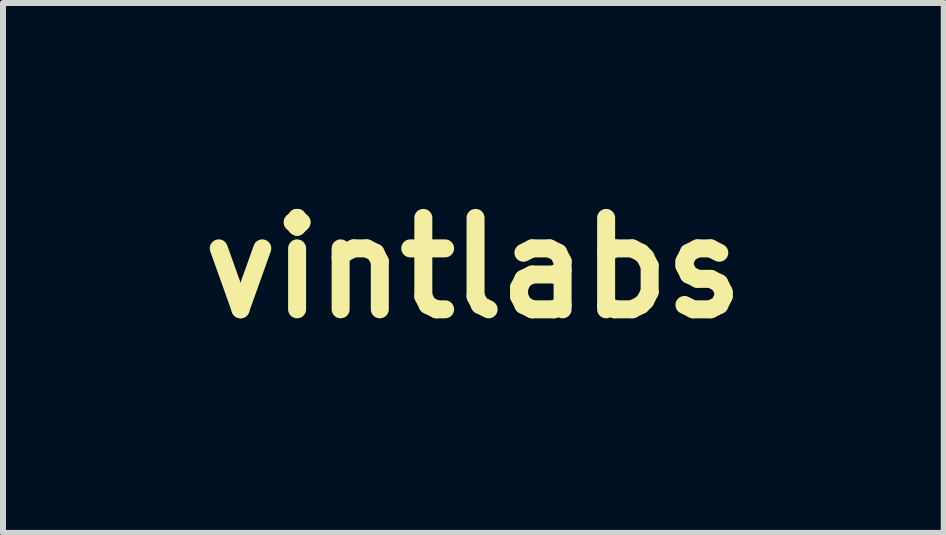
<source format=kicad_pcb>
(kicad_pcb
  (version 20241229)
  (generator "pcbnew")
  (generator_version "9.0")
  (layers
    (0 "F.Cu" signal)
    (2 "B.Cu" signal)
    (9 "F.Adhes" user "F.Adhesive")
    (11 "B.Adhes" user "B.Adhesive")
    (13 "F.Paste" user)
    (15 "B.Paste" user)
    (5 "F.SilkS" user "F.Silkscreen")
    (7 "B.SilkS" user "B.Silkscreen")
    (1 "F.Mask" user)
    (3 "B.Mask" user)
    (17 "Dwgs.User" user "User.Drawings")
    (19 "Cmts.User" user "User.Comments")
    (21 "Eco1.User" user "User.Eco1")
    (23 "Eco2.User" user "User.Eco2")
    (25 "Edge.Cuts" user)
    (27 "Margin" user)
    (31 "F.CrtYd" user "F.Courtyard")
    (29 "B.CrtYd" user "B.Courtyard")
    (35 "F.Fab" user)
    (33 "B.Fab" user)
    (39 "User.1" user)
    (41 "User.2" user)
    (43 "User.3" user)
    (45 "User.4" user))
  (footprint "vintlabs"
    (layer "F.Cu")
    (at 4.843 1.418)
    (property "Reference" "vintlabs" (at 0 0 0) (layer "F.SilkS") (effects (font (size 1.524 1.524) (thickness 0.3))))
    (attr through_hole)
    (fp_poly (pts (xy -4.209 -0.067) (xy -4.215 -0.06) (xy -4.221 -0.067) (xy -4.215 -0.073) (xy -4.209 -0.067)) (stroke (width 0.01) (type solid)) (fill no) (layer "Eco2.User"))
    (fp_poly (pts (xy -4.185 -0.054) (xy -4.191 -0.048) (xy -4.197 -0.054) (xy -4.191 -0.06) (xy -4.185 -0.054)) (stroke (width 0.01) (type solid)) (fill no) (layer "Eco2.User"))
    (fp_poly (pts (xy -2.105 -0.079) (xy -2.111 -0.073) (xy -2.117 -0.079) (xy -2.111 -0.085) (xy -2.105 -0.079)) (stroke (width 0.01) (type solid)) (fill no) (layer "Eco2.User"))
    (fp_poly (pts (xy -1.996 -0.03) (xy -2.002 -0.024) (xy -2.008 -0.03) (xy -2.002 -0.036) (xy -1.996 -0.03)) (stroke (width 0.01) (type solid)) (fill no) (layer "Eco2.User"))
    (fp_poly (pts (xy -1.947 0.006) (xy -1.953 0.012) (xy -1.959 0.006) (xy -1.953 0) (xy -1.947 0.006)) (stroke (width 0.01) (type solid)) (fill no) (layer "Eco2.User"))
    (fp_poly (pts (xy -0.75 0.103) (xy -0.756 0.109) (xy -0.762 0.103) (xy -0.756 0.097) (xy -0.75 0.103)) (stroke (width 0.01) (type solid)) (fill no) (layer "Eco2.User"))
    (fp_poly (pts (xy -0.073 0.369) (xy -0.079 0.375) (xy -0.085 0.369) (xy -0.079 0.363) (xy -0.073 0.369)) (stroke (width 0.01) (type solid)) (fill no) (layer "Eco2.User"))
    (fp_poly (pts (xy 3.616 0.115) (xy 3.61 0.121) (xy 3.604 0.115) (xy 3.61 0.109) (xy 3.616 0.115)) (stroke (width 0.01) (type solid)) (fill no) (layer "Eco2.User"))
    (fp_poly (pts (xy -4.346 0.185) (xy -4.348 0.193) (xy -4.354 0.194) (xy -4.364 0.189) (xy -4.362 0.185) (xy -4.348 0.184) (xy -4.346 0.185)) (stroke (width 0.01) (type solid)) (fill no) (layer "Eco2.User"))
    (fp_poly (pts (xy -2.895 0.597) (xy -2.896 0.604) (xy -2.903 0.605) (xy -2.913 0.6) (xy -2.911 0.597) (xy -2.897 0.595) (xy -2.895 0.597)) (stroke (width 0.01) (type solid)) (fill no) (layer "Eco2.User"))
    (fp_poly (pts (xy -0.898 0.319) (xy -0.902 0.325) (xy -0.914 0.326) (xy -0.927 0.323) (xy -0.922 0.318) (xy -0.903 0.317) (xy -0.898 0.319)) (stroke (width 0.01) (type solid)) (fill no) (layer "Eco2.User"))
    (fp_poly (pts (xy -0.488 0.191) (xy -0.486 0.215) (xy -0.488 0.221) (xy -0.492 0.222) (xy -0.494 0.206) (xy -0.492 0.188) (xy -0.488 0.191)) (stroke (width 0.01) (type solid)) (fill no) (layer "Eco2.User"))
    (fp_poly (pts (xy -0.306 -0.359) (xy -0.305 -0.344) (xy -0.306 -0.343) (xy -0.314 -0.344) (xy -0.314 -0.351) (xy -0.31 -0.361) (xy -0.306 -0.359)) (stroke (width 0.01) (type solid)) (fill no) (layer "Eco2.User"))
    (fp_poly (pts (xy 4.761 0.524) (xy 4.76 0.531) (xy 4.753 0.532) (xy 4.743 0.528) (xy 4.745 0.524) (xy 4.76 0.523) (xy 4.761 0.524)) (stroke (width 0.01) (type solid)) (fill no) (layer "Eco2.User"))
    (fp_poly (pts (xy -2.039 -0.053) (xy -2.022 -0.043) (xy -2.025 -0.037) (xy -2.031 -0.036) (xy -2.048 -0.045) (xy -2.05 -0.048) (xy -2.048 -0.055) (xy -2.039 -0.053)) (stroke (width 0.01) (type solid)) (fill no) (layer "Eco2.User"))
    (fp_poly (pts (xy -0.862 0.309) (xy -0.869 0.318) (xy -0.88 0.325) (xy -0.877 0.313) (xy -0.876 0.311) (xy -0.867 0.296) (xy -0.861 0.296) (xy -0.862 0.309)) (stroke (width 0.01) (type solid)) (fill no) (layer "Eco2.User"))
    (fp_poly (pts (xy -4.387 -0.613) (xy -4.387 -0.609) (xy -4.406 -0.607) (xy -4.409 -0.607) (xy -4.427 -0.609) (xy -4.426 -0.613) (xy -4.424 -0.613) (xy -4.397 -0.615) (xy -4.387 -0.613)) (stroke (width 0.01) (type solid)) (fill no) (layer "Eco2.User"))
    (fp_poly (pts (xy -4.276 -0.104) (xy -4.261 -0.097) (xy -4.24 -0.085) (xy -4.233 -0.078) (xy -4.237 -0.073) (xy -4.252 -0.082) (xy -4.264 -0.091) (xy -4.28 -0.104) (xy -4.276 -0.104)) (stroke (width 0.01) (type solid)) (fill no) (layer "Eco2.User"))
    (fp_poly (pts (xy -1.477 0.112) (xy -1.479 0.129) (xy -1.484 0.145) (xy -1.49 0.137) (xy -1.493 0.13) (xy -1.498 0.108) (xy -1.495 0.1) (xy -1.483 0.098) (xy -1.477 0.112)) (stroke (width 0.01) (type solid)) (fill no) (layer "Eco2.User"))
    (fp_poly (pts (xy -1.416 0.13) (xy -1.415 0.133) (xy -1.419 0.145) (xy -1.42 0.145) (xy -1.431 0.137) (xy -1.433 0.133) (xy -1.432 0.122) (xy -1.428 0.121) (xy -1.416 0.13)) (stroke (width 0.01) (type solid)) (fill no) (layer "Eco2.User"))
    (fp_poly (pts (xy 1.607 -0.027) (xy 1.609 -0.019) (xy 1.601 0.002) (xy 1.597 0.006) (xy 1.587 0.002) (xy 1.584 -0.011) (xy 1.589 -0.031) (xy 1.597 -0.036) (xy 1.607 -0.027)) (stroke (width 0.01) (type solid)) (fill no) (layer "Eco2.User"))
    (fp_poly (pts (xy -4.37 -0.65) (xy -4.355 -0.643) (xy -4.354 -0.641) (xy -4.364 -0.631) (xy -4.389 -0.631) (xy -4.421 -0.641) (xy -4.432 -0.648) (xy -4.424 -0.651) (xy -4.4 -0.652) (xy -4.37 -0.65)) (stroke (width 0.01) (type solid)) (fill no) (layer "Eco2.User"))
    (fp_poly (pts (xy 3.717 0.11) (xy 3.736 0.112) (xy 3.737 0.113) (xy 3.727 0.121) (xy 3.703 0.124) (xy 3.674 0.122) (xy 3.665 0.12) (xy 3.65 0.115) (xy 3.656 0.112) (xy 3.683 0.11) (xy 3.686 0.11) (xy 3.717 0.11)) (stroke (width 0.01) (type solid)) (fill no) (layer "Eco2.User"))
    (fp_poly (pts (xy -0.15 -0.36) (xy -0.127 -0.356) (xy -0.124 -0.349) (xy -0.138 -0.332) (xy -0.16 -0.324) (xy -0.18 -0.326) (xy -0.186 -0.333) (xy -0.201 -0.345) (xy -0.23 -0.354) (xy -0.232 -0.354) (xy -0.242 -0.357) (xy -0.231 -0.359) (xy -0.199 -0.361) (xy -0.196 -0.361) (xy -0.15 -0.36)) (stroke (width 0.01) (type solid)) (fill no) (layer "Eco2.User"))
    (fp_poly (pts (xy 2.915 0.106) (xy 2.928 0.111) (xy 2.952 0.124) (xy 2.963 0.135) (xy 2.963 0.136) (xy 2.96 0.143) (xy 2.96 0.143) (xy 2.948 0.141) (xy 2.919 0.137) (xy 2.897 0.134) (xy 2.862 0.13) (xy 2.848 0.125) (xy 2.852 0.118) (xy 2.864 0.111) (xy 2.889 0.102) (xy 2.915 0.106)) (stroke (width 0.01) (type solid)) (fill no) (layer "Eco2.User"))
    (fp_poly (pts (xy -0.686 0.096) (xy -0.657 0.108) (xy -0.623 0.126) (xy -0.591 0.148) (xy -0.573 0.163) (xy -0.549 0.186) (xy -0.537 0.202) (xy -0.538 0.205) (xy -0.553 0.197) (xy -0.578 0.177) (xy -0.591 0.164) (xy -0.63 0.133) (xy -0.666 0.119) (xy -0.669 0.119) (xy -0.696 0.112) (xy -0.71 0.101) (xy -0.706 0.093) (xy -0.686 0.096)) (stroke (width 0.01) (type solid)) (fill no) (layer "Eco2.User"))
    (fp_poly (pts (xy 4.838 0.931) (xy -4.838 0.931) (xy -4.838 0.578) (xy -4.594 0.578) (xy -4.591 0.595) (xy -4.583 0.605) (xy -4.564 0.61) (xy -4.529 0.613) (xy -4.501 0.614) (xy -4.444 0.614) (xy -4.406 0.609) (xy -4.395 0.603) (xy -4.376 0.595) (xy -4.368 0.601) (xy -4.355 0.604) (xy -4.321 0.607) (xy -4.27 0.609) (xy -4.205 0.61) (xy -4.131 0.611) (xy -4.052 0.611) (xy -3.969 0.61) (xy -3.889 0.609) (xy -3.813 0.608) (xy -3.746 0.606) (xy -3.692 0.603) (xy -3.653 0.6) (xy -3.644 0.599) (xy -3.609 0.595) (xy -3.593 0.6) (xy -3.592 0.602) (xy -3.58 0.606) (xy -3.545 0.609) (xy -3.488 0.612) (xy -3.409 0.614) (xy -3.309 0.615) (xy -3.222 0.615) (xy -3.13 0.616) (xy -3.046 0.616) (xy -2.973 0.617) (xy -2.914 0.618) (xy -2.872 0.619) (xy -2.85 0.62) (xy -2.847 0.62) (xy -2.834 0.622) (xy -2.803 0.622) (xy -2.758 0.621) (xy -2.731 0.621) (xy -2.692 0.62) (xy -2.633 0.618) (xy -2.557 0.617) (xy -2.468 0.615) (xy -2.369 0.614) (xy -2.265 0.612) (xy -2.177 0.61) (xy -2.044 0.608) (xy -1.933 0.607) (xy -1.842 0.606) (xy -1.768 0.605) (xy -1.709 0.604) (xy -1.663 0.604) (xy -1.628 0.605) (xy -1.601 0.606) (xy -1.581 0.607) (xy -1.564 0.609) (xy -1.549 0.611) (xy -1.545 0.612) (xy -1.512 0.614) (xy -1.5 0.607) (xy -1.5 0.606) (xy -1.49 0.594) (xy -1.482 0.593) (xy -1.466 0.586) (xy -1.464 0.58) (xy -1.456 0.573) (xy -1.451 0.575) (xy -1.444 0.589) (xy -1.446 0.594) (xy -1.446 0.604) (xy -1.443 0.605) (xy -1.429 0.605) (xy -1.394 0.606) (xy -1.34 0.607) (xy -1.27 0.607) (xy -1.187 0.608) (xy -1.094 0.609) (xy -1.004 0.611) (xy -0.797 0.613) (xy -0.613 0.614) (xy -0.451 0.615) (xy -0.311 0.615) (xy -0.19 0.615) (xy -0.089 0.614) (xy -0.005 0.612) (xy 0.061 0.609) (xy 0.102 0.607) (xy 0.164 0.603) (xy 0.227 0.601) (xy 0.279 0.6) (xy 0.296 0.6) (xy 0.342 0.601) (xy 0.402 0.602) (xy 0.465 0.602) (xy 0.484 0.602) (xy 0.536 0.602) (xy 0.58 0.602) (xy 0.609 0.603) (xy 0.617 0.603) (xy 0.763 0.606) (xy 0.904 0.608) (xy 1.041 0.611) (xy 1.169 0.612) (xy 1.287 0.613) (xy 1.394 0.614) (xy 1.486 0.614) (xy 1.563 0.614) (xy 1.623 0.613) (xy 1.662 0.612) (xy 1.68 0.61) (xy 1.681 0.61) (xy 1.693 0.606) (xy 1.724 0.603) (xy 1.772 0.6) (xy 1.832 0.599) (xy 1.869 0.599) (xy 1.944 0.598) (xy 1.998 0.597) (xy 2.033 0.594) (xy 2.051 0.589) (xy 2.056 0.584) (xy 2.064 0.57) (xy 2.068 0.568) (xy 2.08 0.577) (xy 2.08 0.579) (xy 2.092 0.583) (xy 2.123 0.587) (xy 2.17 0.589) (xy 2.229 0.59) (xy 2.259 0.591) (xy 2.331 0.591) (xy 2.404 0.593) (xy 2.47 0.596) (xy 2.52 0.6) (xy 2.528 0.6) (xy 2.582 0.605) (xy 2.634 0.608) (xy 2.673 0.608) (xy 2.736 0.606) (xy 2.811 0.605) (xy 2.894 0.604) (xy 2.983 0.603) (xy 3.074 0.602) (xy 3.163 0.602) (xy 3.248 0.602) (xy 3.326 0.602) (xy 3.392 0.602) (xy 3.445 0.603) (xy 3.48 0.604) (xy 3.495 0.606) (xy 3.496 0.606) (xy 3.507 0.609) (xy 3.536 0.612) (xy 3.577 0.615) (xy 3.623 0.617) (xy 3.669 0.619) (xy 3.709 0.619) (xy 3.731 0.618) (xy 3.756 0.616) (xy 3.802 0.615) (xy 3.864 0.613) (xy 3.94 0.611) (xy 4.026 0.61) (xy 4.117 0.608) (xy 4.211 0.606) (xy 4.304 0.605) (xy 4.391 0.604) (xy 4.471 0.603) (xy 4.484 0.603) (xy 4.566 0.602) (xy 4.638 0.601) (xy 4.699 0.598) (xy 4.745 0.596) (xy 4.772 0.593) (xy 4.778 0.591) (xy 4.787 0.582) (xy 4.796 0.581) (xy 4.812 0.574) (xy 4.81 0.56) (xy 4.799 0.552) (xy 4.79 0.544) (xy 4.8 0.535) (xy 4.81 0.523) (xy 4.801 0.514) (xy 4.773 0.507) (xy 4.725 0.502) (xy 4.654 0.499) (xy 4.622 0.498) (xy 4.552 0.497) (xy 4.504 0.497) (xy 4.476 0.5) (xy 4.468 0.505) (xy 4.468 0.507) (xy 4.466 0.517) (xy 4.451 0.52) (xy 4.434 0.525) (xy 4.434 0.533) (xy 4.43 0.537) (xy 4.411 0.53) (xy 4.404 0.527) (xy 4.393 0.522) (xy 4.38 0.518) (xy 4.363 0.515) (xy 4.339 0.512) (xy 4.307 0.51) (xy 4.264 0.508) (xy 4.208 0.507) (xy 4.137 0.507) (xy 4.05 0.507) (xy 3.944 0.507) (xy 3.816 0.507) (xy 3.738 0.507) (xy 3.658 0.507) (xy 3.59 0.505) (xy 3.537 0.503) (xy 3.503 0.5) (xy 3.491 0.496) (xy 3.472 0.492) (xy 3.466 0.495) (xy 3.443 0.504) (xy 3.405 0.508) (xy 3.361 0.508) (xy 3.32 0.503) (xy 3.298 0.497) (xy 3.269 0.49) (xy 3.249 0.493) (xy 3.232 0.496) (xy 3.197 0.499) (xy 3.147 0.501) (xy 3.089 0.501) (xy 3.087 0.501) (xy 3.031 0.502) (xy 2.984 0.503) (xy 2.952 0.506) (xy 2.939 0.51) (xy 2.939 0.51) (xy 2.929 0.519) (xy 2.921 0.52) (xy 2.905 0.527) (xy 2.903 0.533) (xy 2.894 0.537) (xy 2.87 0.528) (xy 2.87 0.528) (xy 2.833 0.516) (xy 2.783 0.507) (xy 2.73 0.502) (xy 2.683 0.503) (xy 2.654 0.508) (xy 2.607 0.514) (xy 2.577 0.508) (xy 2.547 0.503) (xy 2.496 0.498) (xy 2.427 0.494) (xy 2.344 0.49) (xy 2.249 0.487) (xy 2.146 0.485) (xy 2.141 0.485) (xy 2.116 0.488) (xy 2.107 0.496) (xy 2.093 0.507) (xy 2.086 0.508) (xy 2.068 0.518) (xy 2.065 0.523) (xy 2.056 0.53) (xy 2.036 0.517) (xy 2.034 0.515) (xy 2.015 0.502) (xy 1.991 0.497) (xy 1.953 0.499) (xy 1.939 0.501) (xy 1.879 0.503) (xy 1.819 0.497) (xy 1.808 0.495) (xy 1.766 0.487) (xy 1.735 0.489) (xy 1.705 0.499) (xy 1.704 0.499) (xy 1.654 0.52) (xy 1.622 0.528) (xy 1.605 0.523) (xy 1.603 0.521) (xy 1.586 0.512) (xy 1.559 0.508) (xy 1.532 0.51) (xy 1.521 0.515) (xy 1.505 0.519) (xy 1.468 0.523) (xy 1.416 0.526) (xy 1.353 0.527) (xy 1.282 0.527) (xy 1.21 0.526) (xy 1.138 0.524) (xy 1.073 0.521) (xy 1.022 0.516) (xy 0.951 0.51) (xy 0.877 0.506) (xy 0.809 0.504) (xy 0.762 0.504) (xy 0.697 0.505) (xy 0.65 0.5) (xy 0.631 0.493) (xy 0.609 0.486) (xy 0.586 0.49) (xy 0.558 0.504) (xy 0.526 0.519) (xy 0.5 0.522) (xy 0.465 0.515) (xy 0.433 0.509) (xy 0.385 0.505) (xy 0.328 0.503) (xy 0.269 0.503) (xy 0.214 0.504) (xy 0.17 0.508) (xy 0.142 0.514) (xy 0.142 0.514) (xy 0.116 0.516) (xy 0.084 0.508) (xy 0.083 0.507) (xy 0.056 0.498) (xy 0.041 0.502) (xy 0.036 0.508) (xy 0.023 0.516) (xy -0.004 0.519) (xy -0.047 0.515) (xy -0.092 0.512) (xy -0.121 0.514) (xy -0.144 0.524) (xy -0.156 0.531) (xy -0.181 0.547) (xy -0.198 0.547) (xy -0.213 0.538) (xy -0.244 0.524) (xy -0.264 0.52) (xy -0.297 0.515) (xy -0.315 0.508) (xy -0.342 0.502) (xy -0.373 0.513) (xy -0.401 0.523) (xy -0.438 0.525) (xy -0.485 0.521) (xy -0.531 0.517) (xy -0.592 0.516) (xy -0.658 0.516) (xy -0.692 0.517) (xy -0.759 0.518) (xy -0.802 0.516) (xy -0.821 0.511) (xy -0.822 0.509) (xy -0.834 0.502) (xy -0.868 0.501) (xy -0.898 0.503) (xy -0.944 0.507) (xy -0.983 0.509) (xy -1.004 0.509) (xy -1.026 0.508) (xy -1.067 0.507) (xy -1.123 0.506) (xy -1.189 0.505) (xy -1.24 0.505) (xy -1.316 0.504) (xy -1.372 0.504) (xy -1.412 0.506) (xy -1.438 0.509) (xy -1.455 0.514) (xy -1.467 0.521) (xy -1.469 0.523) (xy -1.495 0.542) (xy -1.512 0.539) (xy -1.52 0.52) (xy -1.53 0.504) (xy -1.551 0.496) (xy -1.583 0.494) (xy -1.622 0.493) (xy -1.655 0.494) (xy -1.663 0.495) (xy -1.699 0.498) (xy -1.757 0.502) (xy -1.835 0.506) (xy -1.933 0.511) (xy -2.048 0.515) (xy -2.178 0.52) (xy -2.319 0.525) (xy -2.413 0.527) (xy -2.484 0.527) (xy -2.535 0.525) (xy -2.569 0.522) (xy -2.583 0.517) (xy -2.608 0.509) (xy -2.622 0.516) (xy -2.624 0.519) (xy -2.641 0.529) (xy -2.65 0.526) (xy -2.67 0.52) (xy -2.704 0.516) (xy -2.745 0.514) (xy -2.786 0.515) (xy -2.822 0.518) (xy -2.845 0.522) (xy -2.85 0.527) (xy -2.855 0.537) (xy -2.88 0.539) (xy -2.917 0.533) (xy -2.939 0.528) (xy -2.963 0.524) (xy -3.005 0.521) (xy -3.059 0.518) (xy -3.108 0.516) (xy -3.174 0.515) (xy -3.221 0.516) (xy -3.252 0.52) (xy -3.272 0.528) (xy -3.275 0.53) (xy -3.304 0.541) (xy -3.331 0.535) (xy -3.355 0.529) (xy -3.393 0.523) (xy -3.442 0.518) (xy -3.497 0.515) (xy -3.552 0.512) (xy -3.603 0.511) (xy -3.646 0.511) (xy -3.674 0.514) (xy -3.684 0.518) (xy -3.684 0.519) (xy -3.686 0.53) (xy -3.701 0.532) (xy -3.718 0.537) (xy -3.719 0.544) (xy -3.72 0.555) (xy -3.724 0.556) (xy -3.741 0.548) (xy -3.743 0.544) (xy -3.759 0.536) (xy -3.789 0.532) (xy -3.795 0.532) (xy -3.837 0.528) (xy -3.877 0.518) (xy -3.907 0.511) (xy -3.93 0.516) (xy -3.952 0.53) (xy -3.981 0.549) (xy -4.004 0.555) (xy -4.031 0.548) (xy -4.064 0.532) (xy -4.103 0.517) (xy -4.15 0.51) (xy -4.2 0.509) (xy -4.245 0.51) (xy -4.267 0.514) (xy -4.266 0.519) (xy -4.264 0.52) (xy -4.251 0.527) (xy -4.258 0.53) (xy -4.278 0.531) (xy -4.312 0.539) (xy -4.33 0.553) (xy -4.339 0.565) (xy -4.341 0.557) (xy -4.339 0.544) (xy -4.334 0.512) (xy -4.438 0.513) (xy -4.506 0.516) (xy -4.554 0.524) (xy -4.582 0.539) (xy -4.594 0.561) (xy -4.594 0.578) (xy -4.838 0.578) (xy -4.838 -0.43) (xy -4.509 -0.43) (xy -4.506 -0.418) (xy -4.489 -0.397) (xy -4.479 -0.387) (xy -4.441 -0.351) (xy -4.444 -0.221) (xy -4.444 -0.15) (xy -4.44 -0.096) (xy -4.433 -0.063) (xy -4.432 -0.06) (xy -4.424 -0.035) (xy -4.429 -0.009) (xy -4.438 0.011) (xy -4.451 0.043) (xy -4.451 0.071) (xy -4.444 0.095) (xy -4.43 0.125) (xy -4.413 0.142) (xy -4.409 0.143) (xy -4.399 0.149) (xy -4.406 0.161) (xy -4.422 0.175) (xy -4.443 0.198) (xy -4.453 0.225) (xy -4.456 0.264) (xy -4.464 0.318) (xy -4.479 0.349) (xy -4.495 0.375) (xy -4.497 0.395) (xy -4.493 0.405) (xy -4.481 0.412) (xy -4.458 0.415) (xy -4.42 0.417) (xy -4.37 0.417) (xy -4.318 0.418) (xy -4.274 0.421) (xy -4.246 0.424) (xy -4.238 0.427) (xy -4.217 0.432) (xy -4.182 0.428) (xy -4.138 0.416) (xy -4.091 0.397) (xy -4.061 0.381) (xy -4.042 0.368) (xy -4.04 0.364) (xy -4.049 0.353) (xy -4.073 0.337) (xy -4.082 0.332) (xy -4.124 0.309) (xy -4.124 0.141) (xy -4.125 0.074) (xy -4.126 0.028) (xy -4.128 -0.002) (xy -4.132 -0.02) (xy -4.139 -0.028) (xy -4.148 -0.033) (xy -4.149 -0.033) (xy -4.165 -0.044) (xy -4.17 -0.06) (xy -4.164 -0.071) (xy -4.156 -0.072) (xy -4.141 -0.079) (xy -4.136 -0.086) (xy -4.129 -0.095) (xy -4.124 -0.096) (xy -4.116 -0.085) (xy -4.102 -0.057) (xy -4.09 -0.031) (xy -4.056 0.049) (xy -4.034 0.115) (xy -4.026 0.165) (xy -4.026 0.175) (xy -4.023 0.227) (xy -4.008 0.288) (xy -3.986 0.347) (xy -3.969 0.378) (xy -3.94 0.423) (xy -3.907 0.399) (xy -3.903 0.395) (xy -3.842 0.395) (xy -3.828 0.407) (xy -3.819 0.411) (xy -3.791 0.416) (xy -3.746 0.418) (xy -3.694 0.417) (xy -3.643 0.414) (xy -3.599 0.408) (xy -3.571 0.401) (xy -3.57 0.4) (xy -3.549 0.385) (xy -3.547 0.367) (xy -3.564 0.344) (xy -3.589 0.321) (xy -3.633 0.282) (xy -3.635 0.078) (xy -3.636 0.01) (xy -3.637 -0.049) (xy -3.637 -0.074) (xy -3.508 -0.074) (xy -3.501 -0.038) (xy -3.486 -0.011) (xy -3.465 -0.000005) (xy -3.465 0) (xy -3.444 0.009) (xy -3.426 0.024) (xy -3.408 0.039) (xy -3.381 0.046) (xy -3.338 0.048) (xy -3.333 0.048) (xy -3.261 0.048) (xy -3.287 0.073) (xy -3.312 0.09) (xy -3.331 0.097) (xy -3.354 0.092) (xy -3.384 0.08) (xy -3.413 0.065) (xy -3.432 0.051) (xy -3.435 0.046) (xy -3.44 0.035) (xy -3.45 0.039) (xy -3.459 0.055) (xy -3.46 0.064) (xy -3.463 0.079) (xy -3.467 0.076) (xy -3.48 0.061) (xy -3.493 0.067) (xy -3.496 0.081) (xy -3.49 0.11) (xy -3.475 0.152) (xy -3.455 0.2) (xy -3.433 0.245) (xy -3.412 0.28) (xy -3.403 0.292) (xy -3.363 0.325) (xy -3.309 0.358) (xy -3.248 0.387) (xy -3.194 0.406) (xy -3.151 0.417) (xy -3.125 0.421) (xy -3.112 0.419) (xy -3.106 0.409) (xy -3.105 0.408) (xy -3.097 0.4) (xy -3.08 0.41) (xy -3.08 0.41) (xy -3.062 0.42) (xy -3.039 0.42) (xy -3.008 0.412) (xy -2.933 0.384) (xy -2.866 0.348) (xy -2.81 0.307) (xy -2.768 0.264) (xy -2.743 0.221) (xy -2.737 0.183) (xy -2.6 0.183) (xy -2.598 0.212) (xy -2.597 0.217) (xy -2.578 0.271) (xy -2.538 0.32) (xy -2.48 0.361) (xy -2.453 0.374) (xy -2.418 0.392) (xy -2.39 0.41) (xy -2.383 0.417) (xy -2.365 0.433) (xy -2.344 0.432) (xy -2.317 0.417) (xy -2.292 0.406) (xy -2.281 0.41) (xy -2.263 0.416) (xy -2.242 0.411) (xy -2.207 0.402) (xy -2.174 0.399) (xy -2.145 0.393) (xy -2.105 0.375) (xy -2.061 0.351) (xy -2.018 0.324) (xy -1.982 0.297) (xy -1.96 0.275) (xy -1.959 0.272) (xy -1.834 0.272) (xy -1.834 0.295) (xy -1.829 0.307) (xy -1.811 0.338) (xy -1.785 0.371) (xy -1.756 0.4) (xy -1.732 0.419) (xy -1.721 0.423) (xy -1.701 0.418) (xy -1.668 0.404) (xy -1.631 0.385) (xy -1.58 0.354) (xy -1.55 0.327) (xy -1.54 0.304) (xy -1.552 0.288) (xy -1.565 0.271) (xy -1.565 0.261) (xy -1.567 0.241) (xy -1.573 0.236) (xy -1.595 0.234) (xy -1.622 0.247) (xy -1.645 0.269) (xy -1.653 0.286) (xy -1.663 0.31) (xy -1.676 0.311) (xy -1.687 0.293) (xy -1.685 0.27) (xy -1.674 0.26) (xy -1.65 0.244) (xy -1.622 0.222) (xy -1.602 0.203) (xy -1.6 0.188) (xy -1.607 0.177) (xy -1.636 0.16) (xy -1.676 0.158) (xy -1.721 0.171) (xy -1.767 0.196) (xy -1.807 0.231) (xy -1.818 0.245) (xy -1.834 0.272) (xy -1.959 0.272) (xy -1.956 0.267) (xy -1.955 0.252) (xy -1.967 0.244) (xy -1.996 0.24) (xy -2.006 0.239) (xy -2.039 0.237) (xy -2.051 0.233) (xy -2.045 0.226) (xy -2.034 0.22) (xy -2.006 0.21) (xy -1.993 0.216) (xy -1.972 0.222) (xy -1.945 0.212) (xy -1.92 0.187) (xy -1.901 0.154) (xy -1.898 0.145) (xy -1.89 0.112) (xy -1.891 0.101) (xy -1.516 0.101) (xy -1.506 0.178) (xy -1.477 0.254) (xy -1.463 0.278) (xy -1.417 0.341) (xy -1.371 0.383) (xy -1.322 0.406) (xy -1.305 0.41) (xy -1.245 0.42) (xy -1.205 0.421) (xy -1.185 0.413) (xy -1.182 0.408) (xy -1.173 0.399) (xy -1.155 0.406) (xy -1.151 0.408) (xy -1.11 0.423) (xy -1.071 0.414) (xy -1.067 0.413) (xy -1.024 0.391) (xy -0.996 0.38) (xy -0.977 0.379) (xy -0.96 0.386) (xy -0.943 0.397) (xy -0.92 0.412) (xy -0.908 0.415) (xy -0.907 0.413) (xy -0.897 0.401) (xy -0.884 0.396) (xy -0.867 0.38) (xy -0.854 0.346) (xy -0.845 0.299) (xy -0.84 0.245) (xy -0.839 0.19) (xy -0.843 0.139) (xy -0.852 0.097) (xy -0.866 0.072) (xy -0.867 0.071) (xy -0.891 0.065) (xy -0.919 0.076) (xy -0.945 0.1) (xy -0.96 0.129) (xy -1 0.221) (xy -1.057 0.295) (xy -1.08 0.316) (xy -1.112 0.343) (xy -1.133 0.355) (xy -1.146 0.355) (xy -1.159 0.346) (xy -1.16 0.346) (xy -1.186 0.328) (xy -1.219 0.313) (xy -1.243 0.303) (xy -1.254 0.289) (xy -1.258 0.262) (xy -1.258 0.244) (xy -1.252 0.187) (xy -1.235 0.148) (xy -1.202 0.123) (xy -1.177 0.113) (xy -1.144 0.101) (xy -1.098 0.08) (xy -1.046 0.054) (xy -1.021 0.04) (xy -0.973 0.013) (xy -0.941 -0.008) (xy -0.919 -0.028) (xy -0.902 -0.053) (xy -0.884 -0.088) (xy -0.875 -0.107) (xy -0.853 -0.16) (xy -0.844 -0.195) (xy -0.846 -0.216) (xy -0.847 -0.222) (xy -0.785 -0.222) (xy -0.778 -0.201) (xy -0.761 -0.178) (xy -0.733 -0.151) (xy -0.699 -0.121) (xy -0.667 -0.099) (xy -0.647 -0.09) (xy -0.634 -0.085) (xy -0.63 -0.078) (xy -0.637 -0.065) (xy -0.659 -0.043) (xy -0.696 -0.008) (xy -0.696 -0.008) (xy -0.734 0.028) (xy -0.757 0.054) (xy -0.771 0.076) (xy -0.777 0.102) (xy -0.781 0.138) (xy -0.782 0.145) (xy -0.781 0.228) (xy -0.763 0.296) (xy -0.728 0.347) (xy -0.695 0.372) (xy -0.671 0.385) (xy -0.647 0.393) (xy -0.619 0.395) (xy -0.578 0.395) (xy -0.532 0.392) (xy -0.466 0.385) (xy -0.417 0.376) (xy -0.388 0.365) (xy -0.369 0.35) (xy -0.369 0.341) (xy -0.38 0.333) (xy -0.414 0.31) (xy -0.434 0.289) (xy -0.445 0.26) (xy -0.448 0.248) (xy -0.454 0.209) (xy -0.458 0.159) (xy -0.459 0.118) (xy -0.459 0.075) (xy -0.457 0.065) (xy -0.359 0.065) (xy -0.356 0.116) (xy -0.351 0.146) (xy -0.343 0.191) (xy -0.342 0.236) (xy -0.344 0.251) (xy -0.352 0.314) (xy -0.347 0.359) (xy -0.329 0.388) (xy -0.294 0.402) (xy -0.241 0.403) (xy -0.173 0.393) (xy -0.133 0.39) (xy -0.102 0.398) (xy -0.082 0.41) (xy -0.048 0.428) (xy -0.023 0.435) (xy -0.012 0.43) (xy -0.012 0.428) (xy -0.02 0.416) (xy -0.039 0.397) (xy -0.067 0.373) (xy -0.037 0.392) (xy -0.006 0.408) (xy 0.016 0.41) (xy 0.024 0.401) (xy 0.015 0.389) (xy 0.014 0.389) (xy 0.101 0.389) (xy 0.123 0.403) (xy 0.148 0.406) (xy 0.18 0.408) (xy 0.199 0.413) (xy 0.201 0.414) (xy 0.217 0.418) (xy 0.252 0.42) (xy 0.298 0.42) (xy 0.351 0.417) (xy 0.405 0.414) (xy 0.452 0.409) (xy 0.488 0.403) (xy 0.506 0.398) (xy 0.528 0.376) (xy 0.53 0.355) (xy 0.519 0.344) (xy 0.514 0.329) (xy 0.512 0.298) (xy 0.512 0.258) (xy 0.515 0.216) (xy 0.519 0.184) (xy 0.531 0.183) (xy 0.558 0.182) (xy 0.575 0.181) (xy 0.623 0.175) (xy 0.662 0.16) (xy 0.685 0.137) (xy 0.689 0.12) (xy 0.684 0.098) (xy 0.674 0.091) (xy 0.666 0.101) (xy 0.664 0.111) (xy 0.662 0.127) (xy 0.657 0.124) (xy 0.642 0.114) (xy 0.614 0.109) (xy 0.611 0.109) (xy 0.581 0.106) (xy 0.563 0.098) (xy 0.562 0.097) (xy 0.562 0.081) (xy 0.565 0.046) (xy 0.572 -0.003) (xy 0.582 -0.062) (xy 0.586 -0.086) (xy 0.597 -0.149) (xy 0.605 -0.205) (xy 0.61 -0.249) (xy 0.611 -0.267) (xy 0.628 -0.267) (xy 0.628 -0.224) (xy 0.636 -0.164) (xy 0.651 -0.088) (xy 0.665 -0.031) (xy 0.683 0.041) (xy 0.695 0.096) (xy 0.704 0.14) (xy 0.709 0.178) (xy 0.712 0.218) (xy 0.712 0.226) (xy 0.724 0.251) (xy 0.738 0.26) (xy 0.759 0.273) (xy 0.757 0.29) (xy 0.734 0.309) (xy 0.724 0.313) (xy 0.682 0.336) (xy 0.653 0.36) (xy 0.641 0.38) (xy 0.641 0.381) (xy 0.646 0.399) (xy 0.664 0.412) (xy 0.697 0.419) (xy 0.75 0.422) (xy 0.787 0.422) (xy 0.844 0.421) (xy 0.883 0.418) (xy 0.908 0.412) (xy 0.925 0.402) (xy 0.93 0.397) (xy 0.949 0.375) (xy 0.956 0.357) (xy 0.945 0.343) (xy 0.917 0.33) (xy 0.879 0.32) (xy 0.838 0.315) (xy 0.832 0.315) (xy 0.807 0.31) (xy 0.798 0.302) (xy 0.808 0.294) (xy 0.822 0.296) (xy 0.842 0.298) (xy 0.847 0.293) (xy 0.857 0.281) (xy 0.872 0.274) (xy 0.887 0.269) (xy 0.89 0.261) (xy 0.879 0.243) (xy 0.867 0.228) (xy 0.849 0.198) (xy 0.991 0.198) (xy 0.999 0.231) (xy 1.006 0.239) (xy 1.013 0.254) (xy 1.014 0.28) (xy 1.007 0.324) (xy 1.006 0.331) (xy 0.997 0.382) (xy 0.993 0.413) (xy 0.995 0.429) (xy 1.004 0.433) (xy 1.02 0.43) (xy 1.025 0.429) (xy 1.054 0.424) (xy 1.098 0.42) (xy 1.143 0.418) (xy 1.208 0.413) (xy 1.253 0.401) (xy 1.278 0.383) (xy 1.282 0.369) (xy 1.272 0.353) (xy 1.257 0.344) (xy 1.231 0.33) (xy 1.2 0.304) (xy 1.17 0.272) (xy 1.146 0.241) (xy 1.132 0.215) (xy 1.131 0.205) (xy 1.131 0.179) (xy 1.122 0.147) (xy 1.108 0.117) (xy 1.091 0.099) (xy 1.084 0.097) (xy 1.064 0.104) (xy 1.036 0.122) (xy 1.029 0.128) (xy 1.002 0.162) (xy 0.991 0.198) (xy 0.849 0.198) (xy 0.823 0.158) (xy 0.8 0.097) (xy 0.796 0.065) (xy 0.789 0.029) (xy 0.775 0.009) (xy 0.76 -0.016) (xy 0.754 -0.054) (xy 0.75 -0.088) (xy 0.743 -0.131) (xy 0.732 -0.178) (xy 0.72 -0.222) (xy 0.709 -0.256) (xy 0.7 -0.275) (xy 0.699 -0.276) (xy 0.69 -0.29) (xy 0.689 -0.297) (xy 0.683 -0.313) (xy 0.677 -0.314) (xy 0.668 -0.304) (xy 0.665 -0.287) (xy 0.663 -0.27) (xy 0.656 -0.274) (xy 0.654 -0.278) (xy 0.641 -0.29) (xy 0.636 -0.289) (xy 0.628 -0.267) (xy 0.611 -0.267) (xy 0.611 -0.276) (xy 0.61 -0.28) (xy 0.612 -0.307) (xy 0.624 -0.32) (xy 0.64 -0.345) (xy 0.649 -0.392) (xy 0.65 -0.403) (xy 0.651 -0.41) (xy 1.234 -0.41) (xy 1.24 -0.393) (xy 1.257 -0.387) (xy 1.281 -0.376) (xy 1.295 -0.343) (xy 1.302 -0.291) (xy 1.299 -0.219) (xy 1.296 -0.188) (xy 1.291 -0.139) (xy 1.289 -0.098) (xy 1.29 -0.073) (xy 1.291 -0.068) (xy 1.295 -0.051) (xy 1.297 -0.015) (xy 1.299 0.033) (xy 1.3 0.079) (xy 1.301 0.143) (xy 1.304 0.188) (xy 1.31 0.219) (xy 1.319 0.24) (xy 1.321 0.245) (xy 1.338 0.276) (xy 1.342 0.299) (xy 1.334 0.309) (xy 1.326 0.307) (xy 1.312 0.312) (xy 1.302 0.338) (xy 1.301 0.345) (xy 1.296 0.374) (xy 1.296 0.391) (xy 1.296 0.392) (xy 1.309 0.398) (xy 1.33 0.407) (xy 1.353 0.412) (xy 1.392 0.415) (xy 1.442 0.416) (xy 1.496 0.415) (xy 1.55 0.413) (xy 1.598 0.41) (xy 1.634 0.405) (xy 1.653 0.4) (xy 1.655 0.398) (xy 1.669 0.388) (xy 1.676 0.387) (xy 1.692 0.381) (xy 1.691 0.367) (xy 1.674 0.351) (xy 1.673 0.351) (xy 1.941 0.351) (xy 1.942 0.371) (xy 1.964 0.386) (xy 2.004 0.397) (xy 2.061 0.403) (xy 2.134 0.404) (xy 2.22 0.399) (xy 2.289 0.392) (xy 2.322 0.386) (xy 2.343 0.378) (xy 2.346 0.374) (xy 2.356 0.364) (xy 2.365 0.363) (xy 2.38 0.359) (xy 2.378 0.344) (xy 2.356 0.318) (xy 2.352 0.312) (xy 2.701 0.312) (xy 2.707 0.36) (xy 2.72 0.39) (xy 2.739 0.399) (xy 2.756 0.406) (xy 2.758 0.411) (xy 2.76 0.42) (xy 2.772 0.422) (xy 2.797 0.417) (xy 2.835 0.406) (xy 2.87 0.393) (xy 2.904 0.375) (xy 3.169 0.375) (xy 3.169 0.41) (xy 3.257 0.414) (xy 3.321 0.416) (xy 3.367 0.413) (xy 3.401 0.405) (xy 3.429 0.392) (xy 3.433 0.389) (xy 3.461 0.371) (xy 3.426 0.339) (xy 3.394 0.295) (xy 3.384 0.258) (xy 3.374 0.213) (xy 3.358 0.168) (xy 3.356 0.163) (xy 3.344 0.134) (xy 3.34 0.107) (xy 3.344 0.074) (xy 3.349 0.05) (xy 3.36 -0.003) (xy 3.368 -0.059) (xy 3.371 -0.082) (xy 3.374 -0.119) (xy 3.372 -0.138) (xy 3.362 -0.145) (xy 3.355 -0.145) (xy 3.341 -0.149) (xy 3.346 -0.154) (xy 3.354 -0.17) (xy 3.359 -0.2) (xy 3.361 -0.234) (xy 3.358 -0.261) (xy 3.355 -0.268) (xy 3.344 -0.267) (xy 3.323 -0.252) (xy 3.32 -0.249) (xy 3.298 -0.225) (xy 3.281 -0.199) (xy 3.269 -0.165) (xy 3.26 -0.122) (xy 3.255 -0.064) (xy 3.251 0.012) (xy 3.25 0.079) (xy 3.248 0.156) (xy 3.247 0.213) (xy 3.244 0.253) (xy 3.239 0.28) (xy 3.23 0.298) (xy 3.218 0.31) (xy 3.201 0.321) (xy 3.19 0.327) (xy 3.173 0.349) (xy 3.169 0.375) (xy 2.904 0.375) (xy 2.906 0.374) (xy 2.939 0.353) (xy 2.963 0.334) (xy 2.972 0.321) (xy 2.971 0.318) (xy 2.972 0.305) (xy 2.977 0.298) (xy 2.99 0.28) (xy 3.011 0.246) (xy 3.038 0.2) (xy 3.069 0.147) (xy 3.099 0.093) (xy 3.127 0.042) (xy 3.133 0.031) (xy 3.153 -0.008) (xy 3.162 -0.034) (xy 3.162 -0.053) (xy 3.156 -0.068) (xy 3.137 -0.09) (xy 3.119 -0.097) (xy 3.097 -0.103) (xy 3.09 -0.11) (xy 3.093 -0.117) (xy 3.118 -0.116) (xy 3.125 -0.114) (xy 3.164 -0.113) (xy 3.198 -0.128) (xy 3.204 -0.132) (xy 3.225 -0.154) (xy 3.251 -0.19) (xy 3.277 -0.232) (xy 3.299 -0.274) (xy 3.312 -0.308) (xy 3.314 -0.321) (xy 3.322 -0.335) (xy 3.345 -0.361) (xy 3.377 -0.394) (xy 3.393 -0.409) (xy 3.418 -0.434) (xy 3.491 -0.434) (xy 3.528 -0.412) (xy 3.557 -0.385) (xy 3.572 -0.347) (xy 3.572 -0.343) (xy 3.577 -0.302) (xy 3.579 -0.257) (xy 3.58 -0.214) (xy 3.577 -0.181) (xy 3.573 -0.166) (xy 3.568 -0.149) (xy 3.565 -0.115) (xy 3.563 -0.071) (xy 3.563 -0.024) (xy 3.565 0.02) (xy 3.569 0.054) (xy 3.571 0.064) (xy 3.576 0.103) (xy 3.57 0.162) (xy 3.567 0.179) (xy 3.559 0.225) (xy 3.555 0.265) (xy 3.555 0.288) (xy 3.549 0.319) (xy 3.531 0.346) (xy 3.513 0.369) (xy 3.512 0.39) (xy 3.517 0.405) (xy 3.532 0.428) (xy 3.55 0.434) (xy 3.58 0.425) (xy 3.59 0.42) (xy 3.623 0.411) (xy 3.671 0.407) (xy 3.728 0.407) (xy 3.785 0.411) (xy 3.825 0.417) (xy 3.859 0.42) (xy 3.887 0.413) (xy 3.919 0.394) (xy 3.953 0.369) (xy 3.966 0.35) (xy 3.958 0.34) (xy 3.944 0.339) (xy 3.928 0.335) (xy 3.917 0.322) (xy 3.908 0.296) (xy 3.9 0.252) (xy 3.895 0.207) (xy 3.891 0.182) (xy 4.255 0.182) (xy 4.26 0.229) (xy 4.272 0.283) (xy 4.288 0.335) (xy 4.316 0.378) (xy 4.357 0.404) (xy 4.408 0.411) (xy 4.464 0.399) (xy 4.488 0.389) (xy 4.516 0.37) (xy 4.53 0.346) (xy 4.537 0.313) (xy 4.543 0.275) (xy 4.551 0.245) (xy 4.553 0.239) (xy 4.555 0.222) (xy 4.54 0.217) (xy 4.524 0.216) (xy 4.531 0.209) (xy 4.539 0.205) (xy 4.553 0.19) (xy 4.553 0.18) (xy 4.555 0.164) (xy 4.564 0.153) (xy 4.576 0.136) (xy 4.593 0.102) (xy 4.612 0.056) (xy 4.626 0.018) (xy 4.669 -0.103) (xy 4.643 -0.122) (xy 4.616 -0.142) (xy 4.642 -0.156) (xy 4.661 -0.176) (xy 4.682 -0.215) (xy 4.702 -0.265) (xy 4.718 -0.32) (xy 4.723 -0.345) (xy 4.743 -0.397) (xy 4.77 -0.425) (xy 4.793 -0.446) (xy 4.8 -0.459) (xy 4.792 -0.47) (xy 4.785 -0.475) (xy 4.763 -0.484) (xy 4.724 -0.491) (xy 4.674 -0.498) (xy 4.617 -0.503) (xy 4.557 -0.506) (xy 4.5 -0.508) (xy 4.451 -0.508) (xy 4.413 -0.505) (xy 4.393 -0.499) (xy 4.391 -0.496) (xy 4.381 -0.485) (xy 4.372 -0.484) (xy 4.359 -0.474) (xy 4.355 -0.452) (xy 4.36 -0.427) (xy 4.372 -0.412) (xy 4.383 -0.388) (xy 4.387 -0.348) (xy 4.383 -0.295) (xy 4.373 -0.237) (xy 4.357 -0.179) (xy 4.336 -0.125) (xy 4.323 -0.101) (xy 4.306 -0.061) (xy 4.29 -0.008) (xy 4.28 0.038) (xy 4.273 0.085) (xy 4.265 0.125) (xy 4.259 0.15) (xy 4.258 0.151) (xy 4.255 0.182) (xy 3.891 0.182) (xy 3.888 0.16) (xy 3.879 0.125) (xy 3.869 0.108) (xy 3.869 0.108) (xy 3.859 0.095) (xy 3.862 0.089) (xy 3.863 0.074) (xy 3.858 0.066) (xy 3.856 0.051) (xy 3.874 0.033) (xy 3.878 0.03) (xy 3.91 0.01) (xy 3.902 -0.185) (xy 3.894 -0.379) (xy 3.927 -0.413) (xy 3.947 -0.44) (xy 3.95 -0.458) (xy 3.948 -0.459) (xy 3.931 -0.466) (xy 3.915 -0.47) (xy 3.991 -0.47) (xy 4.001 -0.439) (xy 4.026 -0.411) (xy 4.047 -0.399) (xy 4.074 -0.379) (xy 4.101 -0.346) (xy 4.12 -0.31) (xy 4.124 -0.288) (xy 4.128 -0.265) (xy 4.137 -0.229) (xy 4.148 -0.191) (xy 4.162 -0.136) (xy 4.177 -0.073) (xy 4.185 -0.031) (xy 4.192 0.012) (xy 4.199 0.046) (xy 4.204 0.063) (xy 4.205 0.063) (xy 4.215 0.073) (xy 4.219 0.063) (xy 4.216 0.043) (xy 4.215 0.018) (xy 4.221 0.006) (xy 4.232 0.009) (xy 4.233 0.017) (xy 4.242 0.038) (xy 4.247 0.044) (xy 4.256 0.043) (xy 4.254 0.024) (xy 4.253 -0.004) (xy 4.259 -0.02) (xy 4.267 -0.04) (xy 4.275 -0.074) (xy 4.278 -0.099) (xy 4.28 -0.144) (xy 4.273 -0.177) (xy 4.259 -0.206) (xy 4.242 -0.245) (xy 4.232 -0.285) (xy 4.232 -0.29) (xy 4.229 -0.329) (xy 4.222 -0.363) (xy 4.22 -0.385) (xy 4.231 -0.405) (xy 4.257 -0.432) (xy 4.3 -0.47) (xy 4.276 -0.495) (xy 4.246 -0.511) (xy 4.201 -0.522) (xy 4.148 -0.526) (xy 4.094 -0.524) (xy 4.049 -0.514) (xy 4.028 -0.505) (xy 4.004 -0.486) (xy 3.992 -0.471) (xy 3.991 -0.47) (xy 3.915 -0.47) (xy 3.896 -0.474) (xy 3.847 -0.483) (xy 3.791 -0.491) (xy 3.734 -0.498) (xy 3.68 -0.503) (xy 3.636 -0.506) (xy 3.632 -0.506) (xy 3.59 -0.503) (xy 3.56 -0.494) (xy 3.533 -0.473) (xy 3.53 -0.47) (xy 3.491 -0.434) (xy 3.418 -0.434) (xy 3.428 -0.443) (xy 3.455 -0.47) (xy 3.47 -0.486) (xy 3.471 -0.489) (xy 3.461 -0.495) (xy 3.448 -0.496) (xy 3.424 -0.502) (xy 3.416 -0.509) (xy 3.399 -0.516) (xy 3.376 -0.513) (xy 3.35 -0.509) (xy 3.307 -0.506) (xy 3.255 -0.504) (xy 3.229 -0.503) (xy 3.173 -0.502) (xy 3.134 -0.499) (xy 3.106 -0.492) (xy 3.081 -0.48) (xy 3.062 -0.469) (xy 3.033 -0.446) (xy 3.015 -0.425) (xy 3.012 -0.417) (xy 3.004 -0.398) (xy 2.985 -0.37) (xy 2.971 -0.354) (xy 2.945 -0.317) (xy 2.918 -0.265) (xy 2.896 -0.212) (xy 2.865 -0.139) (xy 2.825 -0.07) (xy 2.806 -0.043) (xy 2.767 0.009) (xy 2.742 0.047) (xy 2.727 0.077) (xy 2.719 0.106) (xy 2.717 0.124) (xy 2.713 0.157) (xy 2.709 0.203) (xy 2.704 0.248) (xy 2.701 0.312) (xy 2.352 0.312) (xy 2.339 0.292) (xy 2.329 0.253) (xy 2.325 0.215) (xy 2.318 0.165) (xy 2.307 0.128) (xy 2.3 0.117) (xy 2.288 0.099) (xy 2.294 0.087) (xy 2.297 0.085) (xy 2.307 0.066) (xy 2.305 0.051) (xy 2.304 0.024) (xy 2.313 -0.011) (xy 2.316 -0.019) (xy 2.326 -0.052) (xy 2.326 -0.075) (xy 2.324 -0.077) (xy 2.32 -0.095) (xy 2.319 -0.13) (xy 2.322 -0.173) (xy 2.325 -0.217) (xy 2.324 -0.244) (xy 2.317 -0.26) (xy 2.304 -0.271) (xy 2.274 -0.281) (xy 2.24 -0.281) (xy 2.212 -0.281) (xy 2.173 -0.284) (xy 2.131 -0.291) (xy 2.093 -0.299) (xy 2.066 -0.308) (xy 2.056 -0.316) (xy 2.067 -0.319) (xy 2.092 -0.315) (xy 2.102 -0.314) (xy 2.153 -0.308) (xy 2.205 -0.314) (xy 2.252 -0.328) (xy 2.284 -0.35) (xy 2.289 -0.356) (xy 2.295 -0.376) (xy 2.298 -0.407) (xy 2.297 -0.426) (xy 2.289 -0.44) (xy 2.281 -0.446) (xy 2.326 -0.446) (xy 2.334 -0.423) (xy 2.35 -0.407) (xy 2.379 -0.371) (xy 2.404 -0.313) (xy 2.424 -0.236) (xy 2.425 -0.23) (xy 2.433 -0.199) (xy 2.439 -0.18) (xy 2.439 -0.178) (xy 2.456 -0.17) (xy 2.484 -0.172) (xy 2.513 -0.183) (xy 2.521 -0.187) (xy 2.536 -0.209) (xy 2.546 -0.244) (xy 2.552 -0.282) (xy 2.55 -0.316) (xy 2.541 -0.338) (xy 2.539 -0.339) (xy 2.53 -0.35) (xy 2.538 -0.367) (xy 2.54 -0.369) (xy 2.55 -0.386) (xy 2.542 -0.398) (xy 2.541 -0.399) (xy 2.533 -0.41) (xy 2.544 -0.427) (xy 2.551 -0.434) (xy 2.559 -0.447) (xy 2.6 -0.447) (xy 2.609 -0.433) (xy 2.63 -0.409) (xy 2.649 -0.392) (xy 2.697 -0.348) (xy 2.697 -0.255) (xy 2.699 -0.207) (xy 2.703 -0.156) (xy 2.709 -0.106) (xy 2.716 -0.064) (xy 2.724 -0.035) (xy 2.73 -0.024) (xy 2.743 -0.031) (xy 2.766 -0.046) (xy 2.771 -0.049) (xy 2.79 -0.065) (xy 2.801 -0.083) (xy 2.805 -0.11) (xy 2.806 -0.149) (xy 2.807 -0.233) (xy 2.811 -0.295) (xy 2.818 -0.338) (xy 2.826 -0.357) (xy 2.838 -0.386) (xy 2.848 -0.42) (xy 2.857 -0.447) (xy 2.867 -0.459) (xy 2.868 -0.46) (xy 2.878 -0.467) (xy 2.877 -0.482) (xy 2.865 -0.495) (xy 2.857 -0.497) (xy 2.785 -0.501) (xy 2.733 -0.502) (xy 2.695 -0.499) (xy 2.666 -0.493) (xy 2.644 -0.483) (xy 2.64 -0.481) (xy 2.614 -0.463) (xy 2.601 -0.449) (xy 2.6 -0.447) (xy 2.559 -0.447) (xy 2.57 -0.462) (xy 2.576 -0.488) (xy 2.574 -0.504) (xy 2.566 -0.513) (xy 2.544 -0.519) (xy 2.505 -0.522) (xy 2.495 -0.523) (xy 2.449 -0.525) (xy 2.418 -0.522) (xy 2.394 -0.513) (xy 2.373 -0.499) (xy 2.339 -0.47) (xy 2.326 -0.446) (xy 2.281 -0.446) (xy 2.272 -0.452) (xy 2.239 -0.465) (xy 2.209 -0.476) (xy 2.159 -0.492) (xy 2.114 -0.503) (xy 2.08 -0.508) (xy 2.078 -0.508) (xy 2.043 -0.501) (xy 2.012 -0.484) (xy 1.992 -0.462) (xy 1.989 -0.439) (xy 1.989 -0.439) (xy 1.995 -0.411) (xy 1.996 -0.399) (xy 2.004 -0.374) (xy 2.022 -0.351) (xy 2.037 -0.334) (xy 2.036 -0.327) (xy 2.035 -0.327) (xy 2.027 -0.317) (xy 2.027 -0.299) (xy 2.029 -0.284) (xy 2.025 -0.287) (xy 2.011 -0.301) (xy 2.006 -0.302) (xy 2.002 -0.291) (xy 1.999 -0.256) (xy 1.997 -0.202) (xy 1.997 -0.128) (xy 1.998 -0.082) (xy 1.999 0.024) (xy 2 0.109) (xy 1.999 0.174) (xy 1.998 0.224) (xy 1.995 0.26) (xy 1.99 0.286) (xy 1.983 0.304) (xy 1.974 0.317) (xy 1.963 0.327) (xy 1.941 0.351) (xy 1.673 0.351) (xy 1.656 0.342) (xy 1.619 0.328) (xy 1.627 0.24) (xy 1.629 0.191) (xy 1.628 0.149) (xy 1.624 0.121) (xy 1.624 0.121) (xy 1.62 0.097) (xy 1.618 0.054) (xy 1.618 -0.003) (xy 1.62 -0.067) (xy 1.623 -0.149) (xy 1.624 -0.209) (xy 1.623 -0.25) (xy 1.618 -0.274) (xy 1.611 -0.283) (xy 1.604 -0.283) (xy 1.593 -0.287) (xy 1.59 -0.304) (xy 1.594 -0.327) (xy 1.605 -0.347) (xy 1.612 -0.352) (xy 1.629 -0.369) (xy 1.633 -0.379) (xy 1.639 -0.389) (xy 1.761 -0.389) (xy 1.763 -0.322) (xy 1.764 -0.301) (xy 1.771 -0.239) (xy 1.779 -0.199) (xy 1.789 -0.176) (xy 1.804 -0.17) (xy 1.826 -0.176) (xy 1.842 -0.184) (xy 1.864 -0.197) (xy 1.874 -0.203) (xy 1.877 -0.216) (xy 1.88 -0.246) (xy 1.882 -0.28) (xy 1.889 -0.336) (xy 1.904 -0.379) (xy 1.916 -0.4) (xy 1.933 -0.431) (xy 1.937 -0.45) (xy 1.935 -0.454) (xy 1.929 -0.469) (xy 1.931 -0.475) (xy 1.931 -0.483) (xy 1.922 -0.481) (xy 1.899 -0.482) (xy 1.881 -0.491) (xy 1.855 -0.504) (xy 1.83 -0.507) (xy 1.815 -0.501) (xy 1.814 -0.496) (xy 1.805 -0.485) (xy 1.797 -0.484) (xy 1.779 -0.472) (xy 1.767 -0.44) (xy 1.761 -0.389) (xy 1.639 -0.389) (xy 1.642 -0.395) (xy 1.666 -0.413) (xy 1.67 -0.416) (xy 1.694 -0.431) (xy 1.699 -0.443) (xy 1.689 -0.458) (xy 1.686 -0.461) (xy 1.656 -0.477) (xy 1.607 -0.484) (xy 1.54 -0.48) (xy 1.467 -0.468) (xy 1.419 -0.459) (xy 1.384 -0.458) (xy 1.353 -0.465) (xy 1.347 -0.467) (xy 1.315 -0.476) (xy 1.292 -0.473) (xy 1.268 -0.458) (xy 1.244 -0.434) (xy 1.234 -0.41) (xy 0.651 -0.41) (xy 0.653 -0.433) (xy 0.653 -0.453) (xy 0.646 -0.467) (xy 0.628 -0.476) (xy 0.596 -0.483) (xy 0.546 -0.491) (xy 0.514 -0.496) (xy 0.466 -0.503) (xy 0.433 -0.509) (xy 1.947 -0.509) (xy 1.956 -0.496) (xy 1.959 -0.496) (xy 1.971 -0.5) (xy 1.972 -0.501) (xy 1.963 -0.512) (xy 1.959 -0.514) (xy 1.948 -0.513) (xy 1.947 -0.509) (xy 0.433 -0.509) (xy 0.423 -0.51) (xy 0.396 -0.515) (xy 0.371 -0.517) (xy 0.363 -0.506) (xy 0.363 -0.503) (xy 0.355 -0.49) (xy 0.345 -0.492) (xy 0.333 -0.491) (xy 0.327 -0.474) (xy 0.327 -0.451) (xy 0.322 -0.414) (xy 0.311 -0.384) (xy 0.309 -0.38) (xy 0.298 -0.354) (xy 0.291 -0.314) (xy 0.291 -0.296) (xy 0.286 -0.252) (xy 0.274 -0.196) (xy 0.257 -0.135) (xy 0.254 -0.127) (xy 0.238 -0.075) (xy 0.225 -0.029) (xy 0.218 0.006) (xy 0.218 0.015) (xy 0.213 0.05) (xy 0.205 0.074) (xy 0.193 0.105) (xy 0.181 0.157) (xy 0.168 0.227) (xy 0.161 0.266) (xy 0.148 0.304) (xy 0.125 0.337) (xy 0.125 0.337) (xy 0.102 0.367) (xy 0.101 0.389) (xy 0.014 0.389) (xy -0.01 0.369) (xy -0.042 0.346) (xy -0.083 0.319) (xy -0.103 0.302) (xy -0.106 0.296) (xy -0.091 0.297) (xy -0.085 0.299) (xy -0.065 0.299) (xy -0.06 0.292) (xy -0.051 0.28) (xy -0.042 0.278) (xy -0.036 0.279) (xy -0.031 0.279) (xy -0.027 0.275) (xy -0.025 0.264) (xy -0.023 0.244) (xy -0.022 0.211) (xy -0.02 0.163) (xy -0.019 0.096) (xy -0.018 0.015) (xy -0.017 -0.059) (xy -0.017 -0.124) (xy -0.018 -0.176) (xy -0.02 -0.213) (xy -0.023 -0.229) (xy -0.024 -0.23) (xy -0.033 -0.24) (xy -0.039 -0.263) (xy -0.039 -0.29) (xy -0.033 -0.308) (xy -0.03 -0.31) (xy -0.02 -0.326) (xy -0.017 -0.358) (xy -0.017 -0.362) (xy -0.016 -0.396) (xy -0.004 -0.416) (xy 0.016 -0.43) (xy 0.038 -0.445) (xy 0.042 -0.457) (xy 0.033 -0.469) (xy 0.011 -0.482) (xy -0.024 -0.495) (xy -0.063 -0.507) (xy -0.098 -0.513) (xy -0.122 -0.513) (xy -0.124 -0.512) (xy -0.144 -0.507) (xy -0.18 -0.501) (xy -0.226 -0.497) (xy -0.274 -0.494) (xy -0.275 -0.494) (xy -0.296 -0.487) (xy -0.302 -0.476) (xy -0.31 -0.463) (xy -0.316 -0.463) (xy -0.322 -0.455) (xy -0.327 -0.429) (xy -0.331 -0.382) (xy -0.333 -0.313) (xy -0.335 -0.272) (xy -0.337 -0.198) (xy -0.341 -0.126) (xy -0.345 -0.062) (xy -0.35 -0.012) (xy -0.352 0.003) (xy -0.359 0.065) (xy -0.457 0.065) (xy -0.454 0.045) (xy -0.442 0.02) (xy -0.419 -0.009) (xy -0.404 -0.026) (xy -0.348 -0.089) (xy -0.388 -0.102) (xy -0.429 -0.126) (xy -0.453 -0.166) (xy -0.459 -0.217) (xy -0.447 -0.275) (xy -0.44 -0.328) (xy -0.446 -0.355) (xy -0.452 -0.384) (xy -0.447 -0.397) (xy -0.427 -0.404) (xy -0.422 -0.405) (xy -0.397 -0.414) (xy -0.387 -0.424) (xy -0.377 -0.434) (xy -0.369 -0.435) (xy -0.353 -0.444) (xy -0.354 -0.465) (xy -0.368 -0.491) (xy -0.381 -0.503) (xy -0.401 -0.51) (xy -0.433 -0.512) (xy -0.473 -0.512) (xy -0.52 -0.51) (xy -0.553 -0.504) (xy -0.566 -0.497) (xy -0.58 -0.485) (xy -0.588 -0.484) (xy -0.603 -0.477) (xy -0.603 -0.462) (xy -0.589 -0.448) (xy -0.578 -0.444) (xy -0.565 -0.44) (xy -0.575 -0.438) (xy -0.589 -0.437) (xy -0.616 -0.438) (xy -0.623 -0.447) (xy -0.621 -0.454) (xy -0.619 -0.469) (xy -0.631 -0.469) (xy -0.659 -0.455) (xy -0.672 -0.447) (xy -0.704 -0.418) (xy -0.735 -0.372) (xy -0.761 -0.318) (xy -0.779 -0.263) (xy -0.783 -0.246) (xy -0.785 -0.222) (xy -0.847 -0.222) (xy -0.852 -0.243) (xy -0.85 -0.27) (xy -0.851 -0.3) (xy -0.868 -0.329) (xy -0.876 -0.338) (xy -0.896 -0.362) (xy -0.897 -0.375) (xy -0.893 -0.378) (xy -0.895 -0.386) (xy -0.913 -0.402) (xy -0.94 -0.424) (xy -0.973 -0.446) (xy -1.006 -0.466) (xy -1.033 -0.48) (xy -1.048 -0.484) (xy -1.066 -0.493) (xy -1.074 -0.504) (xy -1.091 -0.517) (xy -1.108 -0.514) (xy -1.131 -0.505) (xy -1.14 -0.503) (xy -1.155 -0.493) (xy -1.159 -0.489) (xy -1.166 -0.481) (xy -1.181 -0.479) (xy -1.207 -0.482) (xy -1.251 -0.49) (xy -1.254 -0.491) (xy -1.305 -0.489) (xy -1.332 -0.479) (xy -1.359 -0.467) (xy -1.377 -0.468) (xy -1.395 -0.482) (xy -1.398 -0.485) (xy -1.418 -0.501) (xy -1.434 -0.502) (xy -1.457 -0.489) (xy -1.458 -0.489) (xy -1.476 -0.475) (xy -1.485 -0.461) (xy -1.487 -0.437) (xy -1.485 -0.398) (xy -1.484 -0.39) (xy -1.483 -0.341) (xy -1.486 -0.295) (xy -1.49 -0.269) (xy -1.496 -0.238) (xy -1.49 -0.216) (xy -1.478 -0.203) (xy -1.459 -0.187) (xy -1.443 -0.188) (xy -1.424 -0.199) (xy -1.399 -0.226) (xy -1.386 -0.257) (xy -1.374 -0.298) (xy -1.351 -0.332) (xy -1.314 -0.367) (xy -1.271 -0.398) (xy -1.2 -0.447) (xy -1.15 -0.402) (xy -1.118 -0.366) (xy -1.102 -0.336) (xy -1.101 -0.328) (xy -1.11 -0.299) (xy -1.134 -0.268) (xy -1.164 -0.243) (xy -1.193 -0.23) (xy -1.197 -0.23) (xy -1.233 -0.222) (xy -1.272 -0.203) (xy -1.302 -0.18) (xy -1.304 -0.178) (xy -1.311 -0.156) (xy -1.297 -0.135) (xy -1.265 -0.119) (xy -1.23 -0.112) (xy -1.196 -0.108) (xy -1.184 -0.103) (xy -1.188 -0.095) (xy -1.197 -0.089) (xy -1.22 -0.08) (xy -1.248 -0.086) (xy -1.283 -0.11) (xy -1.303 -0.125) (xy -1.332 -0.141) (xy -1.364 -0.138) (xy -1.404 -0.116) (xy -1.434 -0.092) (xy -1.48 -0.038) (xy -1.507 0.028) (xy -1.516 0.101) (xy -1.891 0.101) (xy -1.892 0.091) (xy -1.903 0.075) (xy -1.919 0.049) (xy -1.922 0.026) (xy -1.911 0.013) (xy -1.906 0.012) (xy -1.893 0.008) (xy -1.884 -0.007) (xy -1.876 -0.038) (xy -1.868 -0.086) (xy -1.87 -0.148) (xy -1.891 -0.2) (xy -1.916 -0.229) (xy -1.932 -0.253) (xy -1.935 -0.273) (xy -1.944 -0.296) (xy -1.966 -0.329) (xy -1.997 -0.364) (xy -2.031 -0.397) (xy -2.062 -0.421) (xy -2.078 -0.429) (xy -2.1 -0.445) (xy -2.105 -0.46) (xy -2.11 -0.477) (xy -2.129 -0.483) (xy -2.148 -0.484) (xy -2.184 -0.487) (xy -2.212 -0.495) (xy -2.214 -0.496) (xy -2.235 -0.501) (xy -2.247 -0.489) (xy -2.261 -0.473) (xy -2.269 -0.471) (xy -2.279 -0.462) (xy -2.284 -0.447) (xy -2.277 -0.417) (xy -2.25 -0.382) (xy -2.249 -0.381) (xy -2.229 -0.358) (xy -2.218 -0.338) (xy -2.214 -0.314) (xy -2.215 -0.275) (xy -2.216 -0.258) (xy -2.216 -0.184) (xy -2.205 -0.127) (xy -2.205 -0.127) (xy -2.194 -0.086) (xy -2.196 -0.043) (xy -2.2 -0.018) (xy -2.209 0.035) (xy -2.215 0.094) (xy -2.219 0.152) (xy -2.22 0.202) (xy -2.217 0.237) (xy -2.215 0.246) (xy -2.213 0.276) (xy -2.228 0.316) (xy -2.231 0.322) (xy -2.258 0.371) (xy -2.343 0.328) (xy -2.409 0.288) (xy -2.461 0.241) (xy -2.481 0.219) (xy -2.519 0.175) (xy -2.546 0.151) (xy -2.561 0.149) (xy -2.564 0.162) (xy -2.572 0.175) (xy -2.584 0.173) (xy -2.596 0.171) (xy -2.6 0.183) (xy -2.737 0.183) (xy -2.737 0.18) (xy -2.739 0.17) (xy -2.737 0.148) (xy -2.728 0.141) (xy -2.711 0.127) (xy -2.69 0.1) (xy -2.68 0.086) (xy -2.661 0.052) (xy -2.656 0.028) (xy -2.662 0.004) (xy -2.67 -0.034) (xy -2.671 -0.066) (xy -2.672 -0.098) (xy -2.678 -0.142) (xy -2.684 -0.173) (xy -2.607 -0.173) (xy -2.604 -0.144) (xy -2.594 -0.128) (xy -2.572 -0.118) (xy -2.545 -0.126) (xy -2.507 -0.153) (xy -2.503 -0.157) (xy -2.486 -0.181) (xy -2.474 -0.215) (xy -2.473 -0.218) (xy -2.463 -0.253) (xy -2.449 -0.29) (xy -2.435 -0.32) (xy -2.422 -0.337) (xy -2.419 -0.339) (xy -2.407 -0.346) (xy -2.384 -0.366) (xy -2.367 -0.381) (xy -2.339 -0.405) (xy -2.317 -0.421) (xy -2.31 -0.423) (xy -2.298 -0.431) (xy -2.302 -0.448) (xy -2.317 -0.468) (xy -2.329 -0.477) (xy -2.351 -0.489) (xy -2.368 -0.49) (xy -2.393 -0.478) (xy -2.402 -0.472) (xy -2.448 -0.452) (xy -2.483 -0.45) (xy -2.508 -0.466) (xy -2.529 -0.481) (xy -2.549 -0.479) (xy -2.569 -0.466) (xy -2.579 -0.454) (xy -2.587 -0.435) (xy -2.592 -0.403) (xy -2.595 -0.355) (xy -2.596 -0.324) (xy -2.599 -0.269) (xy -2.602 -0.221) (xy -2.605 -0.186) (xy -2.607 -0.173) (xy -2.684 -0.173) (xy -2.685 -0.177) (xy -2.702 -0.252) (xy -2.775 -0.271) (xy -2.833 -0.287) (xy -2.872 -0.298) (xy -2.898 -0.307) (xy -2.916 -0.314) (xy -2.93 -0.323) (xy -2.936 -0.326) (xy -2.956 -0.343) (xy -2.963 -0.354) (xy -2.955 -0.354) (xy -2.934 -0.343) (xy -2.93 -0.34) (xy -2.875 -0.314) (xy -2.816 -0.308) (xy -2.764 -0.321) (xy -2.737 -0.337) (xy -2.722 -0.35) (xy -2.721 -0.352) (xy -2.732 -0.367) (xy -2.759 -0.39) (xy -2.799 -0.417) (xy -2.847 -0.447) (xy -2.899 -0.474) (xy -2.909 -0.479) (xy -2.962 -0.504) (xy -2.997 -0.517) (xy -3.017 -0.519) (xy -3.024 -0.51) (xy -3.024 -0.508) (xy -3.034 -0.497) (xy -3.042 -0.496) (xy -3.058 -0.488) (xy -3.056 -0.468) (xy -3.038 -0.436) (xy -3.02 -0.414) (xy -2.995 -0.383) (xy -2.986 -0.359) (xy -2.988 -0.339) (xy -2.995 -0.322) (xy -2.998 -0.324) (xy -3.008 -0.338) (xy -3.013 -0.339) (xy -3.02 -0.327) (xy -3.021 -0.293) (xy -3.019 -0.275) (xy -3.016 -0.243) (xy -3.014 -0.192) (xy -3.011 -0.126) (xy -3.009 -0.052) (xy -3.007 0.026) (xy -3.001 0.264) (xy -3.038 0.314) (xy -3.075 0.364) (xy -3.109 0.332) (xy -3.136 0.295) (xy -3.155 0.248) (xy -3.157 0.243) (xy -3.164 0.197) (xy -3.167 0.146) (xy -3.164 0.097) (xy -3.158 0.059) (xy -3.149 0.04) (xy -3.141 0.018) (xy -3.143 -0.014) (xy -3.153 -0.049) (xy -3.168 -0.08) (xy -3.185 -0.101) (xy -3.2 -0.104) (xy -3.227 -0.102) (xy -3.248 -0.114) (xy -3.254 -0.128) (xy -3.244 -0.143) (xy -3.235 -0.145) (xy -3.222 -0.139) (xy -3.223 -0.133) (xy -3.225 -0.122) (xy -3.212 -0.125) (xy -3.188 -0.139) (xy -3.182 -0.144) (xy -3.168 -0.156) (xy -3.16 -0.171) (xy -3.154 -0.193) (xy -3.152 -0.229) (xy -3.15 -0.284) (xy -3.15 -0.29) (xy -3.148 -0.347) (xy -3.145 -0.386) (xy -3.139 -0.412) (xy -3.13 -0.43) (xy -3.119 -0.443) (xy -3.101 -0.465) (xy -3.101 -0.477) (xy -3.109 -0.484) (xy -3.135 -0.495) (xy -3.145 -0.496) (xy -3.172 -0.499) (xy -3.187 -0.503) (xy -3.209 -0.499) (xy -3.244 -0.484) (xy -3.286 -0.46) (xy -3.328 -0.432) (xy -3.367 -0.404) (xy -3.394 -0.378) (xy -3.405 -0.362) (xy -3.42 -0.333) (xy -3.434 -0.315) (xy -3.447 -0.294) (xy -3.462 -0.256) (xy -3.478 -0.208) (xy -3.492 -0.158) (xy -3.503 -0.112) (xy -3.508 -0.077) (xy -3.508 -0.074) (xy -3.637 -0.074) (xy -3.638 -0.095) (xy -3.639 -0.125) (xy -3.639 -0.133) (xy -3.647 -0.13) (xy -3.658 -0.117) (xy -3.675 -0.1) (xy -3.685 -0.097) (xy -3.697 -0.087) (xy -3.708 -0.058) (xy -3.718 -0.012) (xy -3.725 0.046) (xy -3.73 0.113) (xy -3.731 0.133) (xy -3.735 0.26) (xy -3.791 0.317) (xy -3.825 0.354) (xy -3.842 0.378) (xy -3.842 0.395) (xy -3.903 0.395) (xy -3.88 0.369) (xy -3.856 0.318) (xy -3.848 0.296) (xy -3.83 0.246) (xy -3.811 0.198) (xy -3.797 0.167) (xy -3.782 0.132) (xy -3.776 0.1) (xy -3.776 0.093) (xy -3.773 0.066) (xy -3.761 0.03) (xy -3.753 0.012) (xy -3.734 -0.035) (xy -3.718 -0.084) (xy -3.714 -0.097) (xy -3.703 -0.136) (xy -3.693 -0.168) (xy -3.69 -0.175) (xy -3.681 -0.199) (xy -3.668 -0.237) (xy -3.653 -0.282) (xy -3.653 -0.284) (xy -3.629 -0.346) (xy -3.601 -0.391) (xy -3.584 -0.409) (xy -3.559 -0.434) (xy -3.55 -0.451) (xy -3.555 -0.465) (xy -3.557 -0.467) (xy -3.581 -0.48) (xy -3.6 -0.481) (xy -3.625 -0.483) (xy -3.634 -0.493) (xy -3.65 -0.504) (xy -3.681 -0.505) (xy -3.722 -0.496) (xy -3.761 -0.48) (xy -3.788 -0.47) (xy -3.805 -0.471) (xy -3.806 -0.472) (xy -3.826 -0.482) (xy -3.851 -0.489) (xy -3.874 -0.49) (xy -3.883 -0.484) (xy -3.892 -0.473) (xy -3.899 -0.472) (xy -3.913 -0.461) (xy -3.929 -0.436) (xy -3.942 -0.405) (xy -3.95 -0.377) (xy -3.948 -0.361) (xy -3.951 -0.346) (xy -3.967 -0.33) (xy -3.987 -0.306) (xy -3.987 -0.288) (xy -3.987 -0.262) (xy -3.995 -0.233) (xy -4.008 -0.211) (xy -4.018 -0.206) (xy -4.031 -0.215) (xy -4.035 -0.224) (xy -4.048 -0.24) (xy -4.06 -0.237) (xy -4.064 -0.223) (xy -4.071 -0.209) (xy -4.079 -0.209) (xy -4.093 -0.202) (xy -4.107 -0.177) (xy -4.109 -0.17) (xy -4.115 -0.155) (xy -4.119 -0.153) (xy -4.121 -0.166) (xy -4.122 -0.197) (xy -4.121 -0.249) (xy -4.121 -0.262) (xy -4.108 -0.262) (xy -4.107 -0.255) (xy -4.1 -0.254) (xy -4.09 -0.258) (xy -4.092 -0.262) (xy -4.107 -0.264) (xy -4.108 -0.262) (xy -4.121 -0.262) (xy -4.121 -0.278) (xy -4.121 -0.286) (xy -4.072 -0.286) (xy -4.07 -0.279) (xy -4.064 -0.278) (xy -4.054 -0.283) (xy -4.056 -0.286) (xy -4.07 -0.288) (xy -4.072 -0.286) (xy -4.121 -0.286) (xy -4.118 -0.429) (xy -4.16 -0.433) (xy -4.196 -0.443) (xy -4.218 -0.461) (xy -4.246 -0.48) (xy -4.284 -0.481) (xy -4.33 -0.463) (xy -4.339 -0.458) (xy -4.367 -0.435) (xy -4.375 -0.415) (xy -4.375 -0.41) (xy -4.374 -0.387) (xy -4.386 -0.383) (xy -4.407 -0.398) (xy -4.414 -0.404) (xy -4.434 -0.434) (xy -4.431 -0.457) (xy -4.406 -0.472) (xy -4.403 -0.473) (xy -4.384 -0.479) (xy -4.387 -0.481) (xy -4.41 -0.482) (xy -4.442 -0.478) (xy -4.464 -0.465) (xy -4.47 -0.451) (xy -4.464 -0.434) (xy -4.442 -0.409) (xy -4.439 -0.406) (xy -4.417 -0.379) (xy -4.405 -0.357) (xy -4.405 -0.351) (xy -4.415 -0.351) (xy -4.435 -0.366) (xy -4.455 -0.387) (xy -4.481 -0.413) (xy -4.501 -0.428) (xy -4.509 -0.43) (xy -4.838 -0.43) (xy -4.838 -0.623) (xy -4.596 -0.623) (xy -4.59 -0.604) (xy -4.585 -0.6) (xy -4.572 -0.598) (xy -4.536 -0.598) (xy -4.48 -0.597) (xy -4.405 -0.596) (xy -4.313 -0.595) (xy -4.206 -0.595) (xy -4.086 -0.594) (xy -3.955 -0.594) (xy -3.815 -0.594) (xy -3.667 -0.594) (xy -3.621 -0.594) (xy -3.461 -0.594) (xy -3.3 -0.594) (xy -3.142 -0.594) (xy -2.989 -0.594) (xy -2.843 -0.594) (xy -2.708 -0.594) (xy -2.587 -0.594) (xy -2.481 -0.594) (xy -2.394 -0.594) (xy -2.334 -0.594) (xy -2.227 -0.594) (xy -2.117 -0.593) (xy -2.005 -0.592) (xy -1.896 -0.591) (xy -1.791 -0.589) (xy -1.693 -0.587) (xy -1.605 -0.585) (xy -1.53 -0.583) (xy -1.471 -0.581) (xy -1.429 -0.578) (xy -1.408 -0.576) (xy -1.406 -0.575) (xy -1.392 -0.574) (xy -1.389 -0.576) (xy -1.375 -0.578) (xy -1.339 -0.579) (xy -1.285 -0.581) (xy -1.216 -0.583) (xy -1.135 -0.585) (xy -1.045 -0.586) (xy -1.001 -0.587) (xy -0.907 -0.588) (xy -0.82 -0.589) (xy -0.744 -0.59) (xy -0.682 -0.591) (xy -0.636 -0.592) (xy -0.609 -0.592) (xy -0.605 -0.592) (xy -0.566 -0.593) (xy -0.525 -0.594) (xy -0.492 -0.595) (xy -0.484 -0.595) (xy -0.408 -0.593) (xy -0.344 -0.592) (xy -0.279 -0.591) (xy -0.204 -0.591) (xy -0.187 -0.591) (xy -0.154 -0.592) (xy -0.098 -0.592) (xy -0.022 -0.592) (xy 0.073 -0.592) (xy 0.183 -0.592) (xy 0.307 -0.592) (xy 0.444 -0.592) (xy 0.59 -0.592) (xy 0.745 -0.592) (xy 0.905 -0.592) (xy 1.046 -0.592) (xy 1.213 -0.592) (xy 1.378 -0.592) (xy 1.539 -0.592) (xy 1.694 -0.592) (xy 1.839 -0.592) (xy 1.973 -0.592) (xy 2.094 -0.592) (xy 2.199 -0.592) (xy 2.287 -0.592) (xy 2.354 -0.592) (xy 2.389 -0.592) (xy 2.473 -0.592) (xy 2.558 -0.592) (xy 2.635 -0.591) (xy 2.701 -0.591) (xy 2.749 -0.59) (xy 2.752 -0.59) (xy 2.816 -0.589) (xy 2.886 -0.589) (xy 2.947 -0.589) (xy 2.954 -0.589) (xy 3.004 -0.59) (xy 3.049 -0.59) (xy 3.079 -0.59) (xy 3.081 -0.59) (xy 3.115 -0.59) (xy 3.157 -0.591) (xy 3.169 -0.592) (xy 3.193 -0.592) (xy 3.238 -0.592) (xy 3.301 -0.592) (xy 3.38 -0.592) (xy 3.472 -0.591) (xy 3.573 -0.59) (xy 3.681 -0.589) (xy 3.722 -0.589) (xy 3.847 -0.588) (xy 3.957 -0.587) (xy 4.05 -0.588) (xy 4.125 -0.589) (xy 4.18 -0.59) (xy 4.213 -0.592) (xy 4.224 -0.595) (xy 4.237 -0.6) (xy 4.258 -0.595) (xy 4.284 -0.589) (xy 4.326 -0.585) (xy 4.376 -0.582) (xy 4.389 -0.582) (xy 4.445 -0.582) (xy 4.484 -0.586) (xy 4.513 -0.595) (xy 4.531 -0.604) (xy 4.559 -0.618) (xy 4.574 -0.619) (xy 4.581 -0.611) (xy 4.599 -0.6) (xy 4.636 -0.59) (xy 4.671 -0.586) (xy 4.716 -0.582) (xy 4.747 -0.584) (xy 4.77 -0.592) (xy 4.789 -0.604) (xy 4.811 -0.624) (xy 4.82 -0.639) (xy 4.82 -0.641) (xy 4.806 -0.65) (xy 4.776 -0.663) (xy 4.738 -0.676) (xy 4.68 -0.692) (xy 4.629 -0.696) (xy 4.599 -0.694) (xy 4.564 -0.688) (xy 4.541 -0.68) (xy 4.536 -0.676) (xy 4.526 -0.666) (xy 4.518 -0.665) (xy 4.501 -0.66) (xy 4.503 -0.649) (xy 4.521 -0.639) (xy 4.527 -0.637) (xy 4.533 -0.634) (xy 4.518 -0.631) (xy 4.502 -0.631) (xy 4.463 -0.633) (xy 4.435 -0.647) (xy 4.422 -0.659) (xy 4.414 -0.668) (xy 4.407 -0.675) (xy 4.397 -0.681) (xy 4.384 -0.685) (xy 4.363 -0.687) (xy 4.332 -0.689) (xy 4.289 -0.689) (xy 4.231 -0.688) (xy 4.155 -0.687) (xy 4.06 -0.685) (xy 3.997 -0.684) (xy 3.873 -0.681) (xy 3.77 -0.68) (xy 3.686 -0.679) (xy 3.62 -0.678) (xy 3.569 -0.679) (xy 3.531 -0.68) (xy 3.503 -0.681) (xy 3.484 -0.684) (xy 3.47 -0.688) (xy 3.468 -0.688) (xy 3.44 -0.693) (xy 3.4 -0.692) (xy 3.38 -0.69) (xy 3.351 -0.688) (xy 3.305 -0.686) (xy 3.244 -0.684) (xy 3.173 -0.683) (xy 3.096 -0.683) (xy 3.017 -0.683) (xy 2.939 -0.684) (xy 2.866 -0.685) (xy 2.802 -0.686) (xy 2.751 -0.688) (xy 2.716 -0.69) (xy 2.702 -0.693) (xy 2.702 -0.693) (xy 2.679 -0.701) (xy 2.647 -0.698) (xy 2.618 -0.685) (xy 2.6 -0.675) (xy 2.578 -0.674) (xy 2.546 -0.684) (xy 2.54 -0.686) (xy 2.511 -0.691) (xy 2.479 -0.688) (xy 2.457 -0.678) (xy 2.454 -0.675) (xy 2.439 -0.668) (xy 2.407 -0.661) (xy 2.365 -0.656) (xy 2.318 -0.654) (xy 2.289 -0.656) (xy 2.275 -0.664) (xy 2.273 -0.667) (xy 2.263 -0.673) (xy 2.241 -0.679) (xy 2.204 -0.683) (xy 2.149 -0.686) (xy 2.072 -0.688) (xy 2.066 -0.688) (xy 1.96 -0.69) (xy 1.875 -0.692) (xy 1.809 -0.692) (xy 1.758 -0.691) (xy 1.72 -0.69) (xy 1.708 -0.689) (xy 1.672 -0.688) (xy 1.633 -0.689) (xy 1.594 -0.69) (xy 1.56 -0.685) (xy 1.56 -0.685) (xy 1.534 -0.681) (xy 1.491 -0.677) (xy 1.442 -0.674) (xy 1.435 -0.673) (xy 1.383 -0.672) (xy 1.351 -0.675) (xy 1.336 -0.682) (xy 1.334 -0.685) (xy 1.321 -0.698) (xy 1.3 -0.701) (xy 1.285 -0.696) (xy 1.282 -0.689) (xy 1.272 -0.679) (xy 1.265 -0.677) (xy 1.247 -0.669) (xy 1.243 -0.664) (xy 1.234 -0.656) (xy 1.213 -0.664) (xy 1.186 -0.672) (xy 1.146 -0.677) (xy 1.125 -0.677) (xy 1.085 -0.68) (xy 1.052 -0.687) (xy 1.041 -0.692) (xy 1.016 -0.7) (xy 0.987 -0.692) (xy 0.964 -0.685) (xy 0.956 -0.687) (xy 0.944 -0.69) (xy 0.914 -0.691) (xy 0.869 -0.69) (xy 0.826 -0.688) (xy 0.757 -0.686) (xy 0.684 -0.687) (xy 0.618 -0.69) (xy 0.593 -0.692) (xy 0.524 -0.697) (xy 0.46 -0.697) (xy 0.406 -0.692) (xy 0.368 -0.683) (xy 0.356 -0.677) (xy 0.333 -0.672) (xy 0.304 -0.679) (xy 0.264 -0.686) (xy 0.22 -0.684) (xy 0.108 -0.675) (xy 0.018 -0.684) (xy -0.027 -0.691) (xy -0.071 -0.694) (xy -0.085 -0.694) (xy -0.109 -0.694) (xy -0.153 -0.693) (xy -0.213 -0.692) (xy -0.286 -0.69) (xy -0.366 -0.688) (xy -0.409 -0.687) (xy -0.495 -0.686) (xy -0.578 -0.685) (xy -0.653 -0.685) (xy -0.716 -0.686) (xy -0.762 -0.688) (xy -0.775 -0.689) (xy -0.818 -0.692) (xy -0.85 -0.692) (xy -0.866 -0.69) (xy -0.866 -0.69) (xy -0.88 -0.688) (xy -0.914 -0.687) (xy -0.967 -0.685) (xy -1.034 -0.684) (xy -1.114 -0.683) (xy -1.203 -0.683) (xy -1.238 -0.682) (xy -1.352 -0.682) (xy -1.444 -0.681) (xy -1.516 -0.679) (xy -1.569 -0.676) (xy -1.605 -0.673) (xy -1.626 -0.668) (xy -1.631 -0.666) (xy -1.665 -0.657) (xy -1.691 -0.664) (xy -1.718 -0.67) (xy -1.76 -0.676) (xy -1.813 -0.681) (xy -1.838 -0.683) (xy -1.9 -0.687) (xy -1.963 -0.691) (xy -2.016 -0.695) (xy -2.029 -0.695) (xy -2.069 -0.697) (xy -2.098 -0.695) (xy -2.11 -0.691) (xy -2.124 -0.687) (xy -2.155 -0.689) (xy -2.183 -0.692) (xy -2.23 -0.697) (xy -2.276 -0.697) (xy -2.295 -0.695) (xy -2.326 -0.689) (xy -2.345 -0.686) (xy -2.347 -0.686) (xy -2.382 -0.691) (xy -2.427 -0.693) (xy -2.475 -0.694) (xy -2.519 -0.694) (xy -2.552 -0.692) (xy -2.565 -0.689) (xy -2.596 -0.685) (xy -2.625 -0.691) (xy -2.654 -0.699) (xy -2.67 -0.694) (xy -2.675 -0.688) (xy -2.687 -0.678) (xy -2.693 -0.686) (xy -2.709 -0.697) (xy -2.736 -0.701) (xy -2.762 -0.698) (xy -2.776 -0.689) (xy -2.79 -0.685) (xy -2.822 -0.683) (xy -2.863 -0.683) (xy -2.908 -0.685) (xy -2.949 -0.689) (xy -2.979 -0.693) (xy -2.99 -0.697) (xy -3.007 -0.696) (xy -3.024 -0.689) (xy -3.06 -0.682) (xy -3.087 -0.687) (xy -3.113 -0.69) (xy -3.157 -0.691) (xy -3.215 -0.691) (xy -3.282 -0.69) (xy -3.32 -0.689) (xy -3.387 -0.687) (xy -3.445 -0.686) (xy -3.491 -0.687) (xy -3.519 -0.689) (xy -3.526 -0.691) (xy -3.543 -0.694) (xy -3.578 -0.695) (xy -3.628 -0.694) (xy -3.689 -0.692) (xy -3.713 -0.691) (xy -3.779 -0.688) (xy -3.84 -0.687) (xy -3.89 -0.687) (xy -3.924 -0.69) (xy -3.93 -0.691) (xy -3.973 -0.699) (xy -4.002 -0.698) (xy -4.026 -0.687) (xy -4.045 -0.671) (xy -4.071 -0.649) (xy -4.088 -0.643) (xy -4.102 -0.654) (xy -4.11 -0.666) (xy -4.134 -0.685) (xy -4.164 -0.689) (xy -4.194 -0.69) (xy -4.24 -0.692) (xy -4.293 -0.695) (xy -4.309 -0.697) (xy -4.364 -0.7) (xy -4.398 -0.699) (xy -4.413 -0.694) (xy -4.415 -0.691) (xy -4.424 -0.679) (xy -4.432 -0.677) (xy -4.45 -0.67) (xy -4.453 -0.665) (xy -4.467 -0.66) (xy -4.5 -0.667) (xy -4.509 -0.67) (xy -4.54 -0.68) (xy -4.555 -0.681) (xy -4.56 -0.673) (xy -4.56 -0.671) (xy -4.57 -0.655) (xy -4.578 -0.653) (xy -4.592 -0.644) (xy -4.596 -0.623) (xy -4.838 -0.623) (xy -4.838 -0.919) (xy 4.838 -0.919) (xy 4.838 0.931)) (stroke (width 0.01) (type solid)) (fill no) (layer "Eco2.User")))
  (gr_rect
    (start -3 -3)
    (end 12.686 5.836)
    (stroke (width 0.1) (type default))
    (fill no)
    (layer "Edge.Cuts")))
</source>
